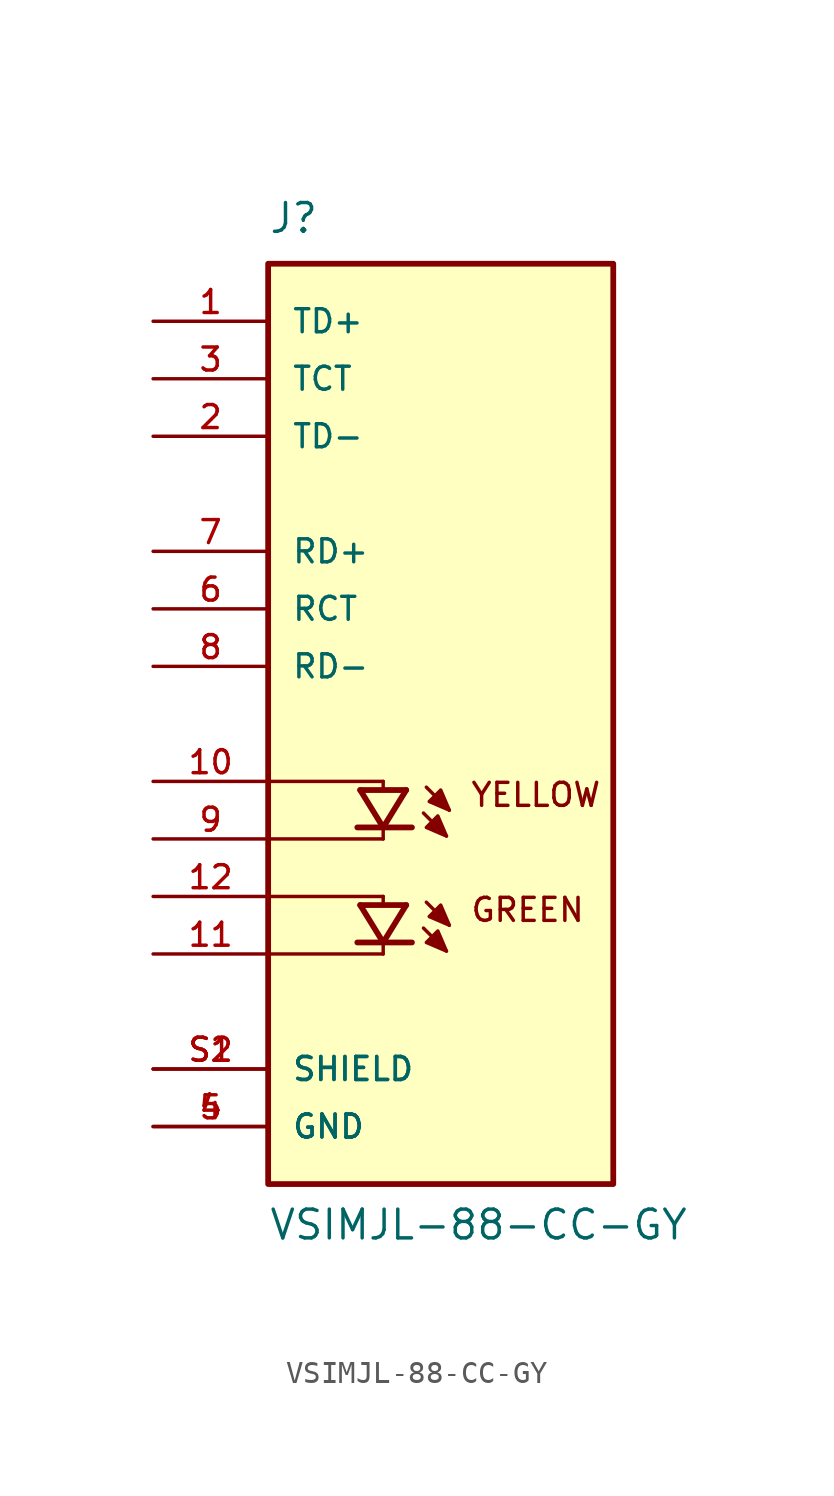
<source format=kicad_sym>
(kicad_symbol_lib
  (version 20211014)
  (generator kicad_symbol_editor)
  (symbol "VSIMJL-88-CC-GY"
    (pin_names
      (offset 1.016))
    (property "Reference" "J"
      (at -7.62 21.59 0)
      (effects (font (size 1.27 1.27)) (justify bottom left)))
    (property "Value" "VSIMJL-88-CC-GY"
      (at -7.62 -22.86 0)
      (effects (font (size 1.27 1.27)) (justify bottom left)))
    (symbol "VSIMJL-88-CC-GY_0_0"
      (polyline (pts (xy -3.556 -2.921) (xy -2.54 -4.572)) (stroke (width 0.254)))
      (polyline (pts (xy -2.54 -4.572) (xy -1.524 -2.921)) (stroke (width 0.254)))
      (polyline (pts (xy -3.683 -4.572) (xy -2.54 -4.572)) (stroke (width 0.254)))
      (polyline (pts (xy -2.54 -4.572) (xy -1.27 -4.572)) (stroke (width 0.254)))
      (polyline (pts (xy -3.556 -2.921) (xy -1.524 -2.921)) (stroke (width 0.254)))
      (polyline (pts (xy -0.635 -2.794) (xy 0.381 -3.81)) (stroke (width 0.152)))
      (polyline (pts (xy -0.762 -3.937) (xy 0.254 -4.953)) (stroke (width 0.152)))
      (polyline (pts (xy -2.54 -2.54) (xy -2.54 -2.794)) (stroke (width 0.152)))
      (polyline (pts (xy -2.54 -4.699) (xy -2.54 -5.08)) (stroke (width 0.152)))
      (polyline (pts (xy -7.62 -2.54) (xy -2.54 -2.54)) (stroke (width 0.152)))
      (polyline (pts (xy -2.54 -5.08) (xy -7.62 -5.08)) (stroke (width 0.152)))
      (polyline (pts (xy -3.556 -8.001) (xy -2.54 -9.652)) (stroke (width 0.254)))
      (polyline (pts (xy -2.54 -9.652) (xy -1.524 -8.001)) (stroke (width 0.254)))
      (polyline (pts (xy -3.683 -9.652) (xy -2.54 -9.652)) (stroke (width 0.254)))
      (polyline (pts (xy -2.54 -9.652) (xy -1.27 -9.652)) (stroke (width 0.254)))
      (polyline (pts (xy -3.556 -8.001) (xy -1.524 -8.001)) (stroke (width 0.254)))
      (polyline (pts (xy -0.635 -7.874) (xy 0.381 -8.89)) (stroke (width 0.152)))
      (polyline (pts (xy -0.762 -9.017) (xy 0.254 -10.033)) (stroke (width 0.152)))
      (polyline (pts (xy -2.54 -7.62) (xy -2.54 -7.874)) (stroke (width 0.152)))
      (polyline (pts (xy -2.54 -9.779) (xy -2.54 -10.16)) (stroke (width 0.152)))
      (polyline (pts (xy -7.62 -7.62) (xy -2.54 -7.62)) (stroke (width 0.152)))
      (polyline (pts (xy -2.54 -10.16) (xy -7.62 -10.16)) (stroke (width 0.152)))
      (polyline (pts (xy 0.381 -3.81) (xy 0.0 -2.921) (xy -0.508 -3.429) (xy 0.381 -3.81)) (stroke (width 0.152)) (fill (type outline)))
      (polyline (pts (xy 0.254 -4.953) (xy -0.127 -4.064) (xy -0.635 -4.572) (xy 0.254 -4.953)) (stroke (width 0.152)) (fill (type outline)))
      (polyline (pts (xy 0.381 -8.89) (xy 0.0 -8.001) (xy -0.508 -8.509) (xy 0.381 -8.89)) (stroke (width 0.152)) (fill (type outline)))
      (polyline (pts (xy 0.254 -10.033) (xy -0.127 -9.144) (xy -0.635 -9.652) (xy 0.254 -10.033)) (stroke (width 0.152)) (fill (type outline)))
      (text "GREEN" (at 1.27 -7.62 0) (effects (font (size 1.016 1.016)) (justify top left)))
      (text "YELLOW" (at 1.27 -2.54 0) (effects (font (size 1.016 1.016)) (justify top left)))
      (rectangle (start -7.62 -20.32) (end 7.62 20.32) (stroke (width 0.254)) (fill (type background)))
      (pin passive line (at -12.7 17.78 0) (length 5.08) (name "TD+" (effects (font (size 1.016 1.016)))) (number "1" (effects (font (size 1.016 1.016)))))
      (pin passive line (at -12.7 12.7 0) (length 5.08) (name "TD-" (effects (font (size 1.016 1.016)))) (number "2" (effects (font (size 1.016 1.016)))))
      (pin passive line (at -12.7 15.24 0) (length 5.08) (name "TCT" (effects (font (size 1.016 1.016)))) (number "3" (effects (font (size 1.016 1.016)))))
      (pin power_in line (at -12.7 -17.78 0) (length 5.08) (name "GND" (effects (font (size 1.016 1.016)))) (number "4" (effects (font (size 1.016 1.016)))))
      (pin power_in line (at -12.7 -17.78 0) (length 5.08) (name "GND" (effects (font (size 1.016 1.016)))) (number "5" (effects (font (size 1.016 1.016)))))
      (pin passive line (at -12.7 5.08 0) (length 5.08) (name "RCT" (effects (font (size 1.016 1.016)))) (number "6" (effects (font (size 1.016 1.016)))))
      (pin passive line (at -12.7 7.62 0) (length 5.08) (name "RD+" (effects (font (size 1.016 1.016)))) (number "7" (effects (font (size 1.016 1.016)))))
      (pin passive line (at -12.7 2.54 0) (length 5.08) (name "RD-" (effects (font (size 1.016 1.016)))) (number "8" (effects (font (size 1.016 1.016)))))
      (pin passive line (at -12.7 -5.08 0) (length 5.08) (name "~" (effects (font (size 1.016 1.016)))) (number "9" (effects (font (size 1.016 1.016)))))
      (pin passive line (at -12.7 -2.54 0) (length 5.08) (name "~" (effects (font (size 1.016 1.016)))) (number "10" (effects (font (size 1.016 1.016)))))
      (pin passive line (at -12.7 -10.16 0) (length 5.08) (name "~" (effects (font (size 1.016 1.016)))) (number "11" (effects (font (size 1.016 1.016)))))
      (pin passive line (at -12.7 -7.62 0) (length 5.08) (name "~" (effects (font (size 1.016 1.016)))) (number "12" (effects (font (size 1.016 1.016)))))
      (pin passive line (at -12.7 -15.24 0) (length 5.08) (name "SHIELD" (effects (font (size 1.016 1.016)))) (number "S1" (effects (font (size 1.016 1.016)))))
      (pin passive line (at -12.7 -15.24 0) (length 5.08) (name "SHIELD" (effects (font (size 1.016 1.016)))) (number "S2" (effects (font (size 1.016 1.016))))))))
</source>
